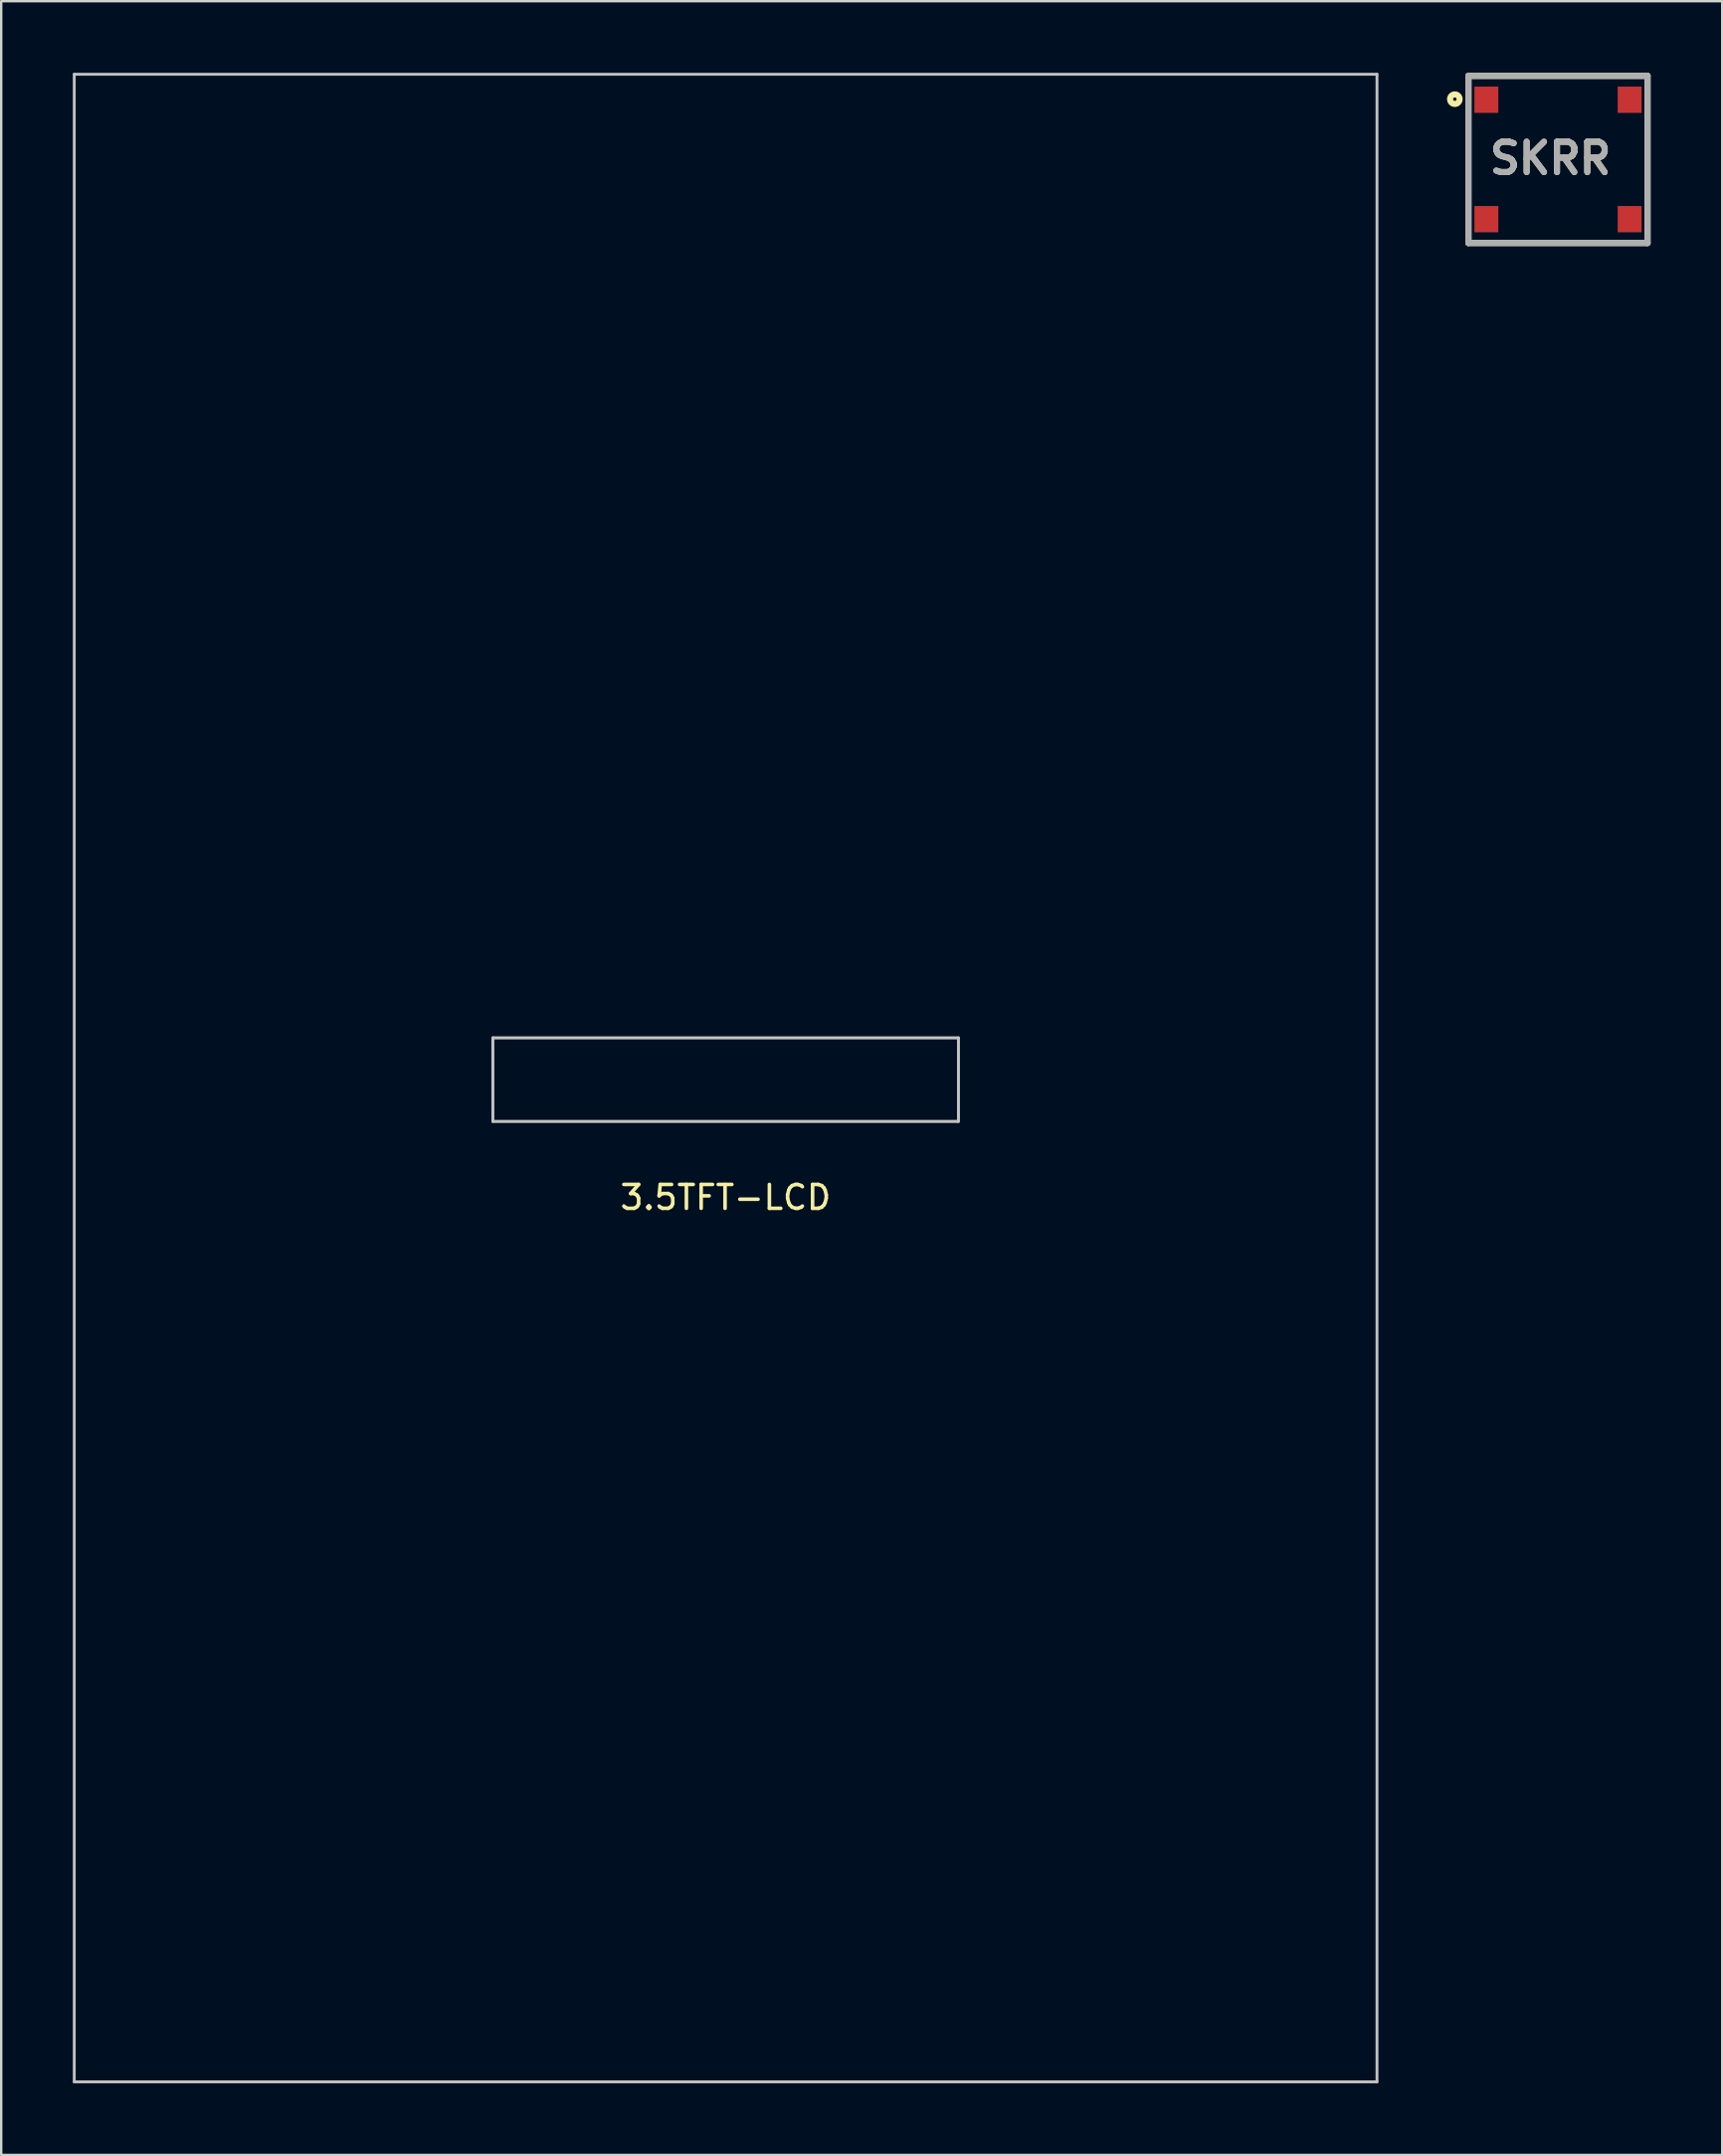
<source format=kicad_pcb>
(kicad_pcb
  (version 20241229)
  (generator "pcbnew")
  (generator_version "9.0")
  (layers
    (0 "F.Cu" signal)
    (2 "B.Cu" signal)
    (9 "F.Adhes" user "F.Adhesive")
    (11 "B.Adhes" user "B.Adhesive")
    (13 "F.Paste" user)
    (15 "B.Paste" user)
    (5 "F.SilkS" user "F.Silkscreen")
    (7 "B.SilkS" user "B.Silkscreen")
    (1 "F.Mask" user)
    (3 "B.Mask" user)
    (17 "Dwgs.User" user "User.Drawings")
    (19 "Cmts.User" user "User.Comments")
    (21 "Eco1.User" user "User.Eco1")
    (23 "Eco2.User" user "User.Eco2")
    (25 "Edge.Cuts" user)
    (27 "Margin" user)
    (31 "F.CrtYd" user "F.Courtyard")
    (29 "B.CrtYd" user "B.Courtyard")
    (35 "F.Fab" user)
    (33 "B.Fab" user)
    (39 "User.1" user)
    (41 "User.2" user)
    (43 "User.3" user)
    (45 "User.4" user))
  (footprint "3.5TFT-LCD"
    (layer "F.Cu")
    (at 27.34 42.095)
    (property "Reference" "3.5TFT-LCD" (at 0 5 0) (layer "F.SilkS") (effects (font (size 1 1) (thickness 0.15))))
    (attr through_hole)
    (fp_line (start -27.28 -42.035) (end 27.28 -42.035) (stroke (width 0.12) (type solid)) (layer "Dwgs.User"))
    (fp_line (start -27.28 42.035) (end -27.28 -42.035) (stroke (width 0.12) (type solid)) (layer "Dwgs.User"))
    (fp_line (start -27.28 42.035) (end 27.28 42.035) (stroke (width 0.12) (type solid)) (layer "Dwgs.User"))
    (fp_line (start -9.75 -1.685) (end -9.75 1.815) (stroke (width 0.12) (type solid)) (layer "Dwgs.User"))
    (fp_line (start -9.75 -1.685) (end 9.75 -1.685) (stroke (width 0.12) (type solid)) (layer "Dwgs.User"))
    (fp_line (start -9.75 1.815) (end 9.75 1.815) (stroke (width 0.12) (type solid)) (layer "Dwgs.User"))
    (fp_line (start 9.75 -1.685) (end 9.75 1.815) (stroke (width 0.12) (type solid)) (layer "Dwgs.User"))
    (fp_line (start 27.28 -42.035) (end 27.28 42.035) (stroke (width 0.12) (type solid)) (layer "Dwgs.User"))
    (fp_poly (pts (xy 9.75 1.815) (xy -9.75 1.815) (xy -9.75 -1.685) (xy 9.75 -1.685)) (stroke (width 0.1) (type solid)) (fill no) (layer "Dwgs.User")))
  (footprint "SKRR"
    (layer "F.Cu")
    (at 62.201 3.627)
    (property "Reference" "SKRR" (at -0.315 -0.046 0) (layer "F.SilkS") (effects (font (size 1.27 1.27) (thickness 0.254))))
    (attr smd)
    (fp_line (start -3.75 -3.5) (end -3.75 3.5) (stroke (width 0.254) (type solid)) (layer "F.SilkS"))
    (fp_line (start -3.75 3.5) (end 3.75 3.5) (stroke (width 0.254) (type solid)) (layer "F.SilkS"))
    (fp_line (start 3.75 -3.5) (end -3.75 -3.5) (stroke (width 0.254) (type solid)) (layer "F.SilkS"))
    (fp_line (start 3.75 3.5) (end 3.75 -3.5) (stroke (width 0.254) (type solid)) (layer "F.SilkS"))
    (fp_circle (center -4.321 -2.524) (end -4.321 -2.451) (stroke (width 0.254) (type solid)) (fill no) (layer "F.SilkS"))
    (fp_line (start -3.75 -3.5) (end 3.75 -3.5) (stroke (width 0.254) (type solid)) (layer "F.Fab"))
    (fp_line (start -3.75 3.5) (end -3.75 -3.5) (stroke (width 0.254) (type solid)) (layer "F.Fab"))
    (fp_line (start 3.75 -3.5) (end 3.75 3.5) (stroke (width 0.254) (type solid)) (layer "F.Fab"))
    (fp_line (start 3.75 3.5) (end -3.75 3.5) (stroke (width 0.254) (type solid)) (layer "F.Fab"))
    (fp_text user "${REFERENCE}" (at -0.315 -0.046 0) (layer "F.Fab") (effects (font (size 1.27 1.27) (thickness 0.254))))
    (pad "1" smd rect (at -3 -2.5) (size 1 1.1) (layers "F.Cu" "F.Mask" "F.Paste"))
    (pad "2" smd rect (at -3 2.5) (size 1 1.1) (layers "F.Cu" "F.Mask" "F.Paste"))
    (pad "3" smd rect (at 3 -2.5) (size 1 1.1) (layers "F.Cu" "F.Mask" "F.Paste"))
    (pad "4" smd rect (at 3 2.5) (size 1 1.1) (layers "F.Cu" "F.Mask" "F.Paste")))
  (gr_rect
    (start -3 -3)
    (end 69.078 87.19)
    (stroke (width 0.1) (type default))
    (fill no)
    (layer "Edge.Cuts")))
</source>
